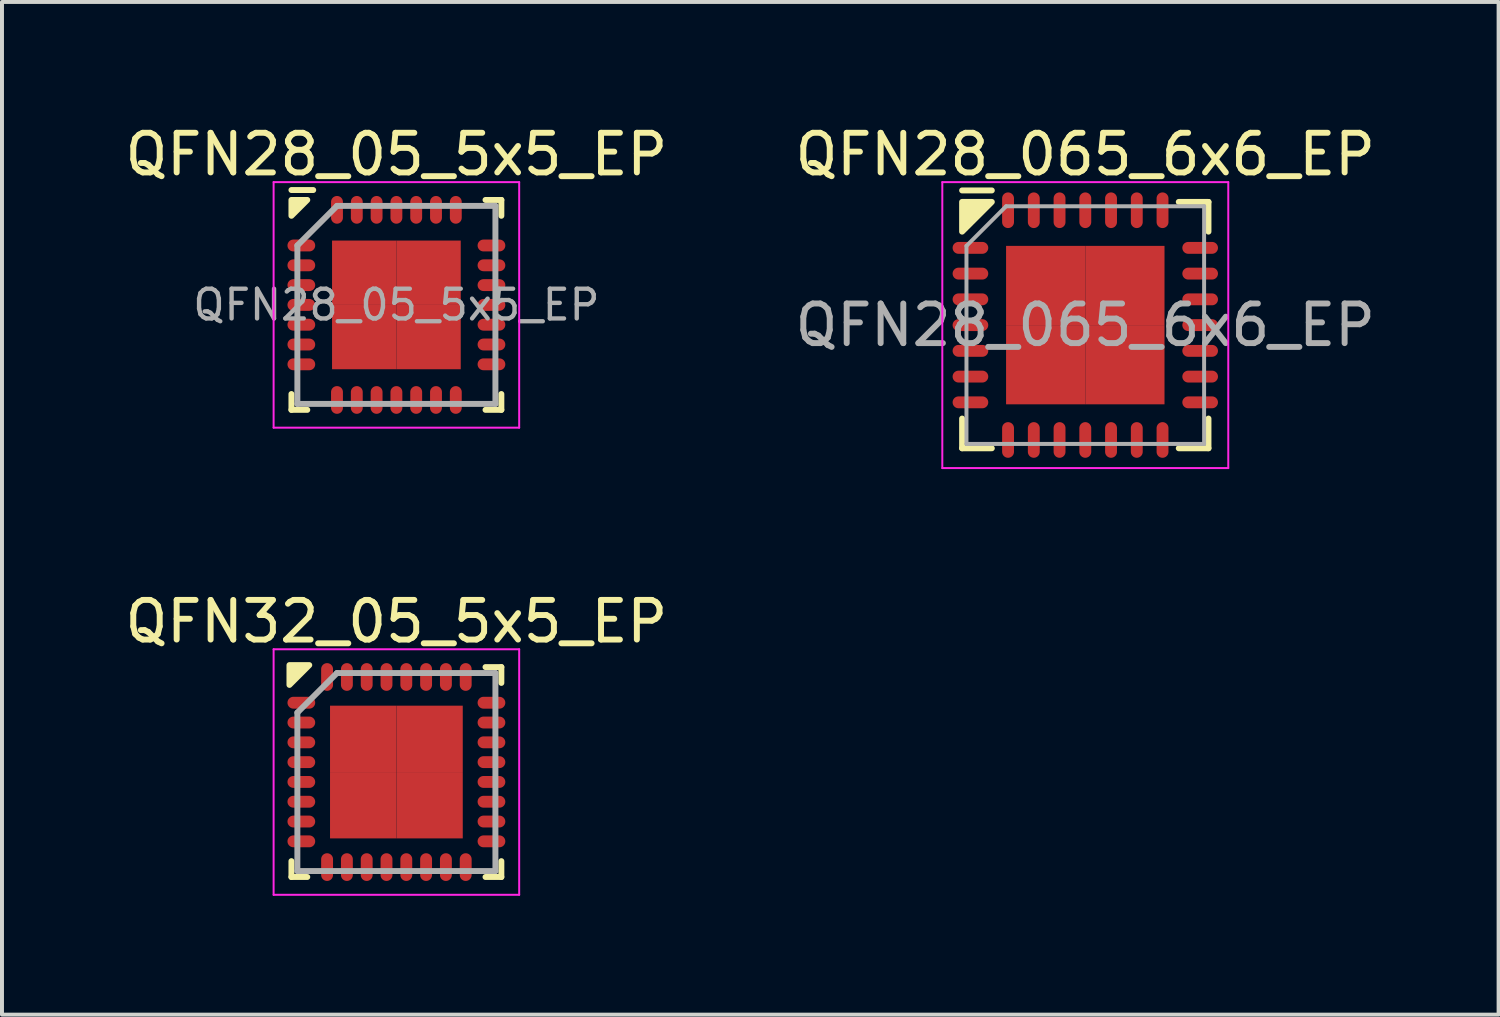
<source format=kicad_pcb>
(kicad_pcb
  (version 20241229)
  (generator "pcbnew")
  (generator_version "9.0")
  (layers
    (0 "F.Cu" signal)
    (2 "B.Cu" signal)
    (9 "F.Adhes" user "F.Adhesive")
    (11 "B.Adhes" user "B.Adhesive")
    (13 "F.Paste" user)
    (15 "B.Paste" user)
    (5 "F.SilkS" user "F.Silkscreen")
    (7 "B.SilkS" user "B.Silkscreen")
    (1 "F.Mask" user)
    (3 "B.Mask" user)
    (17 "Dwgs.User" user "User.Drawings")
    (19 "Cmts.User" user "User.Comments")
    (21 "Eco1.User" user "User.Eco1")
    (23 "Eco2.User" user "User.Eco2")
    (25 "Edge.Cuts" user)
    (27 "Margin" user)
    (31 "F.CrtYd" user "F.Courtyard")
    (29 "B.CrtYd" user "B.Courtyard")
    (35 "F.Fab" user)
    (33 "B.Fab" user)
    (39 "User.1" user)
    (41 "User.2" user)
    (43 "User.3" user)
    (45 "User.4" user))
  (footprint "QFN32_05_5x5_EP"
    (layer "F.Cu")
    (at 6.958 16.442)
    (property "Reference" "QFN32_05_5x5_EP" (at 0 -3.8 0) (layer "F.SilkS") (effects (font (size 1 1) (thickness 0.15))))
    (attr smd)
    (fp_line (start -2.65 2.65) (end -2.65 2.25) (stroke (width 0.15) (type solid)) (layer "F.SilkS"))
    (fp_line (start -2.25 2.65) (end -2.65 2.65) (stroke (width 0.15) (type solid)) (layer "F.SilkS"))
    (fp_line (start 2.25 -2.65) (end 2.65 -2.65) (stroke (width 0.15) (type solid)) (layer "F.SilkS"))
    (fp_line (start 2.25 2.65) (end 2.65 2.65) (stroke (width 0.15) (type solid)) (layer "F.SilkS"))
    (fp_line (start 2.65 -2.65) (end 2.65 -2.25) (stroke (width 0.15) (type solid)) (layer "F.SilkS"))
    (fp_line (start 2.65 2.65) (end 2.65 2.25) (stroke (width 0.15) (type solid)) (layer "F.SilkS"))
    (fp_poly (pts (xy -2.7 -2.2) (xy -2.7 -2.7) (xy -2.2 -2.7)) (stroke (width 0.15) (type solid)) (fill yes) (layer "F.SilkS"))
    (fp_line (start -3.1 -3.1) (end 3.1 -3.1) (stroke (width 0.05) (type solid)) (layer "F.CrtYd"))
    (fp_line (start -3.1 3.1) (end -3.1 -3.1) (stroke (width 0.05) (type solid)) (layer "F.CrtYd"))
    (fp_line (start 3.1 -3.1) (end 3.1 3.1) (stroke (width 0.05) (type solid)) (layer "F.CrtYd"))
    (fp_line (start 3.1 3.1) (end -3.1 3.1) (stroke (width 0.05) (type solid)) (layer "F.CrtYd"))
    (fp_line (start -2.5 -1.5) (end -2.5 2.5) (stroke (width 0.15) (type solid)) (layer "F.Fab"))
    (fp_line (start -2.5 2.5) (end 2.5 2.5) (stroke (width 0.15) (type solid)) (layer "F.Fab"))
    (fp_line (start -1.5 -2.5) (end -2.5 -1.5) (stroke (width 0.15) (type solid)) (layer "F.Fab"))
    (fp_line (start 2.5 -2.5) (end -1.5 -2.5) (stroke (width 0.15) (type solid)) (layer "F.Fab"))
    (fp_line (start 2.5 2.5) (end 2.5 -2.5) (stroke (width 0.15) (type solid)) (layer "F.Fab"))
    (pad "1" smd oval (at -2.4 -1.75 90) (size 0.3 0.7) (layers "F.Cu" "F.Mask" "F.Paste"))
    (pad "2" smd oval (at -2.4 -1.25 90) (size 0.3 0.7) (layers "F.Cu" "F.Mask" "F.Paste"))
    (pad "3" smd oval (at -2.4 -0.75 90) (size 0.3 0.7) (layers "F.Cu" "F.Mask" "F.Paste"))
    (pad "4" smd oval (at -2.4 -0.25 90) (size 0.3 0.7) (layers "F.Cu" "F.Mask" "F.Paste"))
    (pad "5" smd oval (at -2.4 0.25 90) (size 0.3 0.7) (layers "F.Cu" "F.Mask" "F.Paste"))
    (pad "6" smd oval (at -2.4 0.75 90) (size 0.3 0.7) (layers "F.Cu" "F.Mask" "F.Paste"))
    (pad "7" smd oval (at -2.4 1.25 90) (size 0.3 0.7) (layers "F.Cu" "F.Mask" "F.Paste"))
    (pad "8" smd oval (at -2.4 1.75 90) (size 0.3 0.7) (layers "F.Cu" "F.Mask" "F.Paste"))
    (pad "9" smd oval (at -1.75 2.4) (size 0.3 0.7) (layers "F.Cu" "F.Mask" "F.Paste"))
    (pad "10" smd oval (at -1.25 2.4) (size 0.3 0.7) (layers "F.Cu" "F.Mask" "F.Paste"))
    (pad "11" smd oval (at -0.75 2.4) (size 0.3 0.7) (layers "F.Cu" "F.Mask" "F.Paste"))
    (pad "12" smd oval (at -0.25 2.4) (size 0.3 0.7) (layers "F.Cu" "F.Mask" "F.Paste"))
    (pad "13" smd oval (at 0.25 2.4) (size 0.3 0.7) (layers "F.Cu" "F.Mask" "F.Paste"))
    (pad "14" smd oval (at 0.75 2.4) (size 0.3 0.7) (layers "F.Cu" "F.Mask" "F.Paste"))
    (pad "15" smd oval (at 1.25 2.4) (size 0.3 0.7) (layers "F.Cu" "F.Mask" "F.Paste"))
    (pad "16" smd oval (at 1.75 2.4) (size 0.3 0.7) (layers "F.Cu" "F.Mask" "F.Paste"))
    (pad "17" smd oval (at 2.4 1.75 90) (size 0.3 0.7) (layers "F.Cu" "F.Mask" "F.Paste"))
    (pad "18" smd oval (at 2.4 1.25 90) (size 0.3 0.7) (layers "F.Cu" "F.Mask" "F.Paste"))
    (pad "19" smd oval (at 2.4 0.75 90) (size 0.3 0.7) (layers "F.Cu" "F.Mask" "F.Paste"))
    (pad "20" smd oval (at 2.4 0.25 90) (size 0.3 0.7) (layers "F.Cu" "F.Mask" "F.Paste"))
    (pad "21" smd oval (at 2.4 -0.25 90) (size 0.3 0.7) (layers "F.Cu" "F.Mask" "F.Paste"))
    (pad "22" smd oval (at 2.4 -0.75 90) (size 0.3 0.7) (layers "F.Cu" "F.Mask" "F.Paste"))
    (pad "23" smd oval (at 2.4 -1.25 90) (size 0.3 0.7) (layers "F.Cu" "F.Mask" "F.Paste"))
    (pad "24" smd oval (at 2.4 -1.75 90) (size 0.3 0.7) (layers "F.Cu" "F.Mask" "F.Paste"))
    (pad "25" smd oval (at 1.75 -2.4) (size 0.3 0.7) (layers "F.Cu" "F.Mask" "F.Paste"))
    (pad "26" smd oval (at 1.25 -2.4) (size 0.3 0.7) (layers "F.Cu" "F.Mask" "F.Paste"))
    (pad "27" smd oval (at 0.75 -2.4) (size 0.3 0.7) (layers "F.Cu" "F.Mask" "F.Paste"))
    (pad "28" smd oval (at 0.25 -2.4) (size 0.3 0.7) (layers "F.Cu" "F.Mask" "F.Paste"))
    (pad "29" smd oval (at -0.25 -2.4) (size 0.3 0.7) (layers "F.Cu" "F.Mask" "F.Paste"))
    (pad "30" smd oval (at -0.75 -2.4) (size 0.3 0.7) (layers "F.Cu" "F.Mask" "F.Paste"))
    (pad "31" smd oval (at -1.25 -2.4) (size 0.3 0.7) (layers "F.Cu" "F.Mask" "F.Paste"))
    (pad "32" smd oval (at -1.75 -2.4) (size 0.3 0.7) (layers "F.Cu" "F.Mask" "F.Paste"))
    (pad "33" smd rect (at -0.838 -0.838) (size 1.675 1.675) (layers "F.Cu" "F.Mask" "F.Paste"))
    (pad "33" smd rect (at -0.838 0.838) (size 1.675 1.675) (layers "F.Cu" "F.Mask" "F.Paste"))
    (pad "33" smd rect (at 0.838 -0.838) (size 1.675 1.675) (layers "F.Cu" "F.Mask" "F.Paste"))
    (pad "33" smd rect (at 0.838 0.838) (size 1.675 1.675) (layers "F.Cu" "F.Mask" "F.Paste")))
  (footprint "QFN28_065_6x6_EP"
    (layer "F.Cu")
    (at 24.351 5.158)
    (property "Reference" "QFN28_065_6x6_EP" (at 0 -4.31 0) (layer "F.SilkS") (effects (font (size 1 1) (thickness 0.15))))
    (attr smd)
    (fp_line (start -3.11 3.11) (end -3.11 2.36) (stroke (width 0.15) (type solid)) (layer "F.SilkS"))
    (fp_line (start -2.36 -3.4) (end -3.11 -3.4) (stroke (width 0.15) (type solid)) (layer "F.SilkS"))
    (fp_line (start -2.36 3.11) (end -3.11 3.11) (stroke (width 0.15) (type solid)) (layer "F.SilkS"))
    (fp_line (start 2.36 -3.11) (end 3.11 -3.11) (stroke (width 0.15) (type solid)) (layer "F.SilkS"))
    (fp_line (start 2.36 3.11) (end 3.11 3.11) (stroke (width 0.15) (type solid)) (layer "F.SilkS"))
    (fp_line (start 3.11 -3.11) (end 3.11 -2.36) (stroke (width 0.15) (type solid)) (layer "F.SilkS"))
    (fp_line (start 3.11 3.11) (end 3.11 2.36) (stroke (width 0.15) (type solid)) (layer "F.SilkS"))
    (fp_poly (pts (xy -3.11 -2.36) (xy -3.11 -3.11) (xy -2.36 -3.11)) (stroke (width 0.15) (type solid)) (fill yes) (layer "F.SilkS"))
    (fp_line (start -3.61 -3.61) (end -3.61 3.61) (stroke (width 0.05) (type solid)) (layer "F.CrtYd"))
    (fp_line (start -3.61 3.61) (end 3.61 3.61) (stroke (width 0.05) (type solid)) (layer "F.CrtYd"))
    (fp_line (start 3.61 -3.61) (end -3.61 -3.61) (stroke (width 0.05) (type solid)) (layer "F.CrtYd"))
    (fp_line (start 3.61 3.61) (end 3.61 -3.61) (stroke (width 0.05) (type solid)) (layer "F.CrtYd"))
    (fp_line (start -3 -2) (end -2 -3) (stroke (width 0.1) (type solid)) (layer "F.Fab"))
    (fp_line (start -3 3) (end -3 -2) (stroke (width 0.1) (type solid)) (layer "F.Fab"))
    (fp_line (start -2 -3) (end 3 -3) (stroke (width 0.1) (type solid)) (layer "F.Fab"))
    (fp_line (start 3 -3) (end 3 3) (stroke (width 0.1) (type solid)) (layer "F.Fab"))
    (fp_line (start 3 3) (end -3 3) (stroke (width 0.1) (type solid)) (layer "F.Fab"))
    (fp_text user "${REFERENCE}" (at 0 0 0) (layer "F.Fab") (effects (font (size 1 1) (thickness 0.15))))
    (pad "1" smd oval (at -2.9 -1.95) (size 0.9 0.3) (layers "F.Cu" "F.Mask" "F.Paste"))
    (pad "2" smd oval (at -2.9 -1.3) (size 0.9 0.3) (layers "F.Cu" "F.Mask" "F.Paste"))
    (pad "3" smd oval (at -2.9 -0.65) (size 0.9 0.3) (layers "F.Cu" "F.Mask" "F.Paste"))
    (pad "4" smd oval (at -2.9 0) (size 0.9 0.3) (layers "F.Cu" "F.Mask" "F.Paste"))
    (pad "5" smd oval (at -2.9 0.65) (size 0.9 0.3) (layers "F.Cu" "F.Mask" "F.Paste"))
    (pad "6" smd oval (at -2.9 1.3) (size 0.9 0.3) (layers "F.Cu" "F.Mask" "F.Paste"))
    (pad "7" smd oval (at -2.9 1.95) (size 0.9 0.3) (layers "F.Cu" "F.Mask" "F.Paste"))
    (pad "8" smd oval (at -1.95 2.9) (size 0.3 0.9) (layers "F.Cu" "F.Mask" "F.Paste"))
    (pad "9" smd oval (at -1.3 2.9) (size 0.3 0.9) (layers "F.Cu" "F.Mask" "F.Paste"))
    (pad "10" smd oval (at -0.65 2.9) (size 0.3 0.9) (layers "F.Cu" "F.Mask" "F.Paste"))
    (pad "11" smd oval (at 0 2.9) (size 0.3 0.9) (layers "F.Cu" "F.Mask" "F.Paste"))
    (pad "12" smd oval (at 0.65 2.9) (size 0.3 0.9) (layers "F.Cu" "F.Mask" "F.Paste"))
    (pad "13" smd oval (at 1.3 2.9) (size 0.3 0.9) (layers "F.Cu" "F.Mask" "F.Paste"))
    (pad "14" smd oval (at 1.95 2.9) (size 0.3 0.9) (layers "F.Cu" "F.Mask" "F.Paste"))
    (pad "15" smd oval (at 2.9 1.95) (size 0.9 0.3) (layers "F.Cu" "F.Mask" "F.Paste"))
    (pad "16" smd oval (at 2.9 1.3) (size 0.9 0.3) (layers "F.Cu" "F.Mask" "F.Paste"))
    (pad "17" smd oval (at 2.9 0.65) (size 0.9 0.3) (layers "F.Cu" "F.Mask" "F.Paste"))
    (pad "18" smd oval (at 2.9 0) (size 0.9 0.3) (layers "F.Cu" "F.Mask" "F.Paste"))
    (pad "19" smd oval (at 2.9 -0.65) (size 0.9 0.3) (layers "F.Cu" "F.Mask" "F.Paste"))
    (pad "20" smd oval (at 2.9 -1.3) (size 0.9 0.3) (layers "F.Cu" "F.Mask" "F.Paste"))
    (pad "21" smd oval (at 2.9 -1.95) (size 0.9 0.3) (layers "F.Cu" "F.Mask" "F.Paste"))
    (pad "22" smd oval (at 1.95 -2.9) (size 0.3 0.9) (layers "F.Cu" "F.Mask" "F.Paste"))
    (pad "23" smd oval (at 1.3 -2.9) (size 0.3 0.9) (layers "F.Cu" "F.Mask" "F.Paste"))
    (pad "24" smd oval (at 0.65 -2.9) (size 0.3 0.9) (layers "F.Cu" "F.Mask" "F.Paste"))
    (pad "25" smd oval (at 0 -2.9) (size 0.3 0.9) (layers "F.Cu" "F.Mask" "F.Paste"))
    (pad "26" smd oval (at -0.65 -2.9) (size 0.3 0.9) (layers "F.Cu" "F.Mask" "F.Paste"))
    (pad "27" smd oval (at -1.3 -2.9) (size 0.3 0.9) (layers "F.Cu" "F.Mask" "F.Paste"))
    (pad "28" smd oval (at -1.95 -2.9) (size 0.3 0.9) (layers "F.Cu" "F.Mask" "F.Paste"))
    (pad "29" smd rect (at -1 -1) (size 2 2) (layers "F.Cu" "F.Mask" "F.Paste"))
    (pad "29" smd rect (at -1 1) (size 2 2) (layers "F.Cu" "F.Mask" "F.Paste"))
    (pad "29" smd rect (at 1 -1) (size 2 2) (layers "F.Cu" "F.Mask" "F.Paste"))
    (pad "29" smd rect (at 1 1) (size 2 2) (layers "F.Cu" "F.Mask" "F.Paste")))
  (footprint "QFN28_05_5x5_EP"
    (layer "F.Cu")
    (at 6.958 4.648)
    (property "Reference" "QFN28_05_5x5_EP" (at 0 -3.8 0) (layer "F.SilkS") (effects (font (size 1 1) (thickness 0.15))))
    (attr smd)
    (fp_line (start -2.65 2.65) (end -2.65 2.25) (stroke (width 0.15) (type solid)) (layer "F.SilkS"))
    (fp_line (start -2.25 2.65) (end -2.65 2.65) (stroke (width 0.15) (type solid)) (layer "F.SilkS"))
    (fp_line (start -2.1 -2.9) (end -2.65 -2.9) (stroke (width 0.15) (type solid)) (layer "F.SilkS"))
    (fp_line (start 2.25 -2.65) (end 2.65 -2.65) (stroke (width 0.15) (type solid)) (layer "F.SilkS"))
    (fp_line (start 2.25 2.65) (end 2.65 2.65) (stroke (width 0.15) (type solid)) (layer "F.SilkS"))
    (fp_line (start 2.65 -2.65) (end 2.65 -2.25) (stroke (width 0.15) (type solid)) (layer "F.SilkS"))
    (fp_line (start 2.65 2.65) (end 2.65 2.25) (stroke (width 0.15) (type solid)) (layer "F.SilkS"))
    (fp_poly (pts (xy -2.65 -2.25) (xy -2.65 -2.65) (xy -2.25 -2.65)) (stroke (width 0.15) (type solid)) (fill yes) (layer "F.SilkS"))
    (fp_line (start -3.1 -3.1) (end 3.1 -3.1) (stroke (width 0.05) (type solid)) (layer "F.CrtYd"))
    (fp_line (start -3.1 3.1) (end -3.1 -3.1) (stroke (width 0.05) (type solid)) (layer "F.CrtYd"))
    (fp_line (start 3.1 -3.1) (end 3.1 3.1) (stroke (width 0.05) (type solid)) (layer "F.CrtYd"))
    (fp_line (start 3.1 3.1) (end -3.1 3.1) (stroke (width 0.05) (type solid)) (layer "F.CrtYd"))
    (fp_line (start -2.5 -1.5) (end -2.5 2.5) (stroke (width 0.15) (type solid)) (layer "F.Fab"))
    (fp_line (start -2.5 2.5) (end 2.5 2.5) (stroke (width 0.15) (type solid)) (layer "F.Fab"))
    (fp_line (start -1.5 -2.5) (end -2.5 -1.5) (stroke (width 0.15) (type solid)) (layer "F.Fab"))
    (fp_line (start 2.5 -2.5) (end -1.5 -2.5) (stroke (width 0.15) (type solid)) (layer "F.Fab"))
    (fp_line (start 2.5 2.5) (end 2.5 -2.5) (stroke (width 0.15) (type solid)) (layer "F.Fab"))
    (fp_text user "${REFERENCE}" (at 0 0 0) (layer "F.Fab") (effects (font (size 0.75 0.75) (thickness 0.11))))
    (pad "1" smd oval (at -2.4 -1.5 90) (size 0.3 0.7) (layers "F.Cu" "F.Mask" "F.Paste"))
    (pad "2" smd oval (at -2.4 -1 90) (size 0.3 0.7) (layers "F.Cu" "F.Mask" "F.Paste"))
    (pad "3" smd oval (at -2.4 -0.5 90) (size 0.3 0.7) (layers "F.Cu" "F.Mask" "F.Paste"))
    (pad "4" smd oval (at -2.4 0 90) (size 0.3 0.7) (layers "F.Cu" "F.Mask" "F.Paste"))
    (pad "5" smd oval (at -2.4 0.5 90) (size 0.3 0.7) (layers "F.Cu" "F.Mask" "F.Paste"))
    (pad "6" smd oval (at -2.4 1 90) (size 0.3 0.7) (layers "F.Cu" "F.Mask" "F.Paste"))
    (pad "7" smd oval (at -2.4 1.5 90) (size 0.3 0.7) (layers "F.Cu" "F.Mask" "F.Paste"))
    (pad "8" smd oval (at -1.5 2.4) (size 0.3 0.7) (layers "F.Cu" "F.Mask" "F.Paste"))
    (pad "9" smd oval (at -1 2.4) (size 0.3 0.7) (layers "F.Cu" "F.Mask" "F.Paste"))
    (pad "10" smd oval (at -0.5 2.4) (size 0.3 0.7) (layers "F.Cu" "F.Mask" "F.Paste"))
    (pad "11" smd oval (at 0 2.4) (size 0.3 0.7) (layers "F.Cu" "F.Mask" "F.Paste"))
    (pad "12" smd oval (at 0.5 2.4) (size 0.3 0.7) (layers "F.Cu" "F.Mask" "F.Paste"))
    (pad "13" smd oval (at 1 2.4) (size 0.3 0.7) (layers "F.Cu" "F.Mask" "F.Paste"))
    (pad "14" smd oval (at 1.5 2.4) (size 0.3 0.7) (layers "F.Cu" "F.Mask" "F.Paste"))
    (pad "15" smd oval (at 2.4 1.5 90) (size 0.3 0.7) (layers "F.Cu" "F.Mask" "F.Paste"))
    (pad "16" smd oval (at 2.4 1 90) (size 0.3 0.7) (layers "F.Cu" "F.Mask" "F.Paste"))
    (pad "17" smd oval (at 2.4 0.5 90) (size 0.3 0.7) (layers "F.Cu" "F.Mask" "F.Paste"))
    (pad "18" smd oval (at 2.4 0 90) (size 0.3 0.7) (layers "F.Cu" "F.Mask" "F.Paste"))
    (pad "19" smd oval (at 2.4 -0.5 90) (size 0.3 0.7) (layers "F.Cu" "F.Mask" "F.Paste"))
    (pad "20" smd oval (at 2.4 -1 90) (size 0.3 0.7) (layers "F.Cu" "F.Mask" "F.Paste"))
    (pad "21" smd oval (at 2.4 -1.5 90) (size 0.3 0.7) (layers "F.Cu" "F.Mask" "F.Paste"))
    (pad "22" smd oval (at 1.5 -2.4) (size 0.3 0.7) (layers "F.Cu" "F.Mask" "F.Paste"))
    (pad "23" smd oval (at 1 -2.4) (size 0.3 0.7) (layers "F.Cu" "F.Mask" "F.Paste"))
    (pad "24" smd oval (at 0.5 -2.4) (size 0.3 0.7) (layers "F.Cu" "F.Mask" "F.Paste"))
    (pad "25" smd oval (at 0 -2.4) (size 0.3 0.7) (layers "F.Cu" "F.Mask" "F.Paste"))
    (pad "26" smd oval (at -0.5 -2.4) (size 0.3 0.7) (layers "F.Cu" "F.Mask" "F.Paste"))
    (pad "27" smd oval (at -1 -2.4) (size 0.3 0.7) (layers "F.Cu" "F.Mask" "F.Paste"))
    (pad "28" smd oval (at -1.5 -2.4) (size 0.3 0.7) (layers "F.Cu" "F.Mask" "F.Paste"))
    (pad "29" smd rect (at -0.812 -0.812) (size 1.625 1.625) (layers "F.Cu" "F.Mask" "F.Paste"))
    (pad "29" smd rect (at -0.812 0.812) (size 1.625 1.625) (layers "F.Cu" "F.Mask" "F.Paste"))
    (pad "29" smd rect (at 0.812 -0.812) (size 1.625 1.625) (layers "F.Cu" "F.Mask" "F.Paste"))
    (pad "29" smd rect (at 0.812 0.812) (size 1.625 1.625) (layers "F.Cu" "F.Mask" "F.Paste")))
  (gr_rect
    (start -3 -3)
    (end 34.786 22.567)
    (stroke (width 0.1) (type default))
    (fill no)
    (layer "Edge.Cuts")))
</source>
